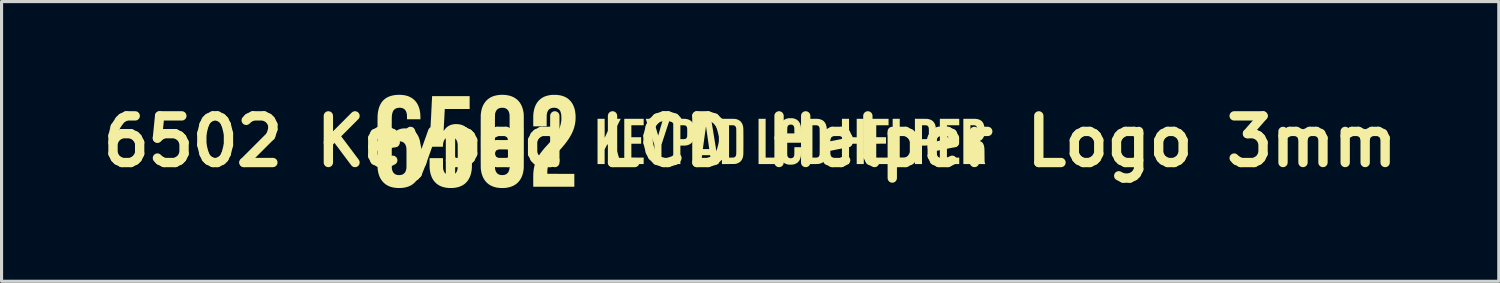
<source format=kicad_pcb>
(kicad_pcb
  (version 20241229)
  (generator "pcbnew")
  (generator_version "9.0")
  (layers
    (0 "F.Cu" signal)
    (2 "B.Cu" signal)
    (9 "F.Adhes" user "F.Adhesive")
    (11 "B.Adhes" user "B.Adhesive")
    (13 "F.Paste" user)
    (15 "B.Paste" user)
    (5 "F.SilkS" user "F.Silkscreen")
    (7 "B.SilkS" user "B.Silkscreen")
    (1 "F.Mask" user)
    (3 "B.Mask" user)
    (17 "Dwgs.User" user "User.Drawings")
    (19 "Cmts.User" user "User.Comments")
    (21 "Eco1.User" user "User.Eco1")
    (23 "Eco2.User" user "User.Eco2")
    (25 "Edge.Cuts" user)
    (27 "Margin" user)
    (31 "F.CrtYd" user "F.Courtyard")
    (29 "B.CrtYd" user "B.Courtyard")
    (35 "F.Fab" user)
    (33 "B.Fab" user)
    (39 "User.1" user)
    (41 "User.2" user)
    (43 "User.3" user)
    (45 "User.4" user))
  (footprint "6502 Keypad LCD Helper Logo 3mm"
    (layer "F.Cu")
    (at 21.086 1.5)
    (property "Reference" "6502 Keypad LCD Helper Logo 3mm" (at 0 0 0) (layer "F.SilkS") (effects (font (size 1.5 1.5) (thickness 0.3))))
    (attr board_only exclude_from_pos_files exclude_from_bom)
    (fp_poly (pts (xy 0.497 -0.104) (xy 0.497 0.52) (xy 0.686 0.521) (xy 0.874 0.522) (xy 0.875 0.625) (xy 0.876 0.728) (xy 0.572 0.728) (xy 0.269 0.728) (xy 0.269 0) (xy 0.269 -0.728) (xy 0.383 -0.728) (xy 0.497 -0.728)) (stroke (width 0) (type solid)) (fill yes) (layer "F.SilkS"))
    (fp_poly (pts (xy 4.812 -0.104) (xy 4.812 0.52) (xy 5 0.52) (xy 5.188 0.52) (xy 5.188 0.624) (xy 5.188 0.728) (xy 4.886 0.728) (xy 4.584 0.728) (xy 4.584 0) (xy 4.584 -0.728) (xy 4.698 -0.728) (xy 4.812 -0.728)) (stroke (width 0) (type solid)) (fill yes) (layer "F.SilkS"))
    (fp_poly (pts (xy -3.427 -0.624) (xy -3.427 -0.52) (xy -3.625 -0.52) (xy -3.823 -0.52) (xy -3.823 -0.327) (xy -3.823 -0.135) (xy -3.665 -0.135) (xy -3.508 -0.135) (xy -3.508 -0.03) (xy -3.508 0.074) (xy -3.665 0.074) (xy -3.823 0.074) (xy -3.823 0.297) (xy -3.823 0.52) (xy -3.625 0.52) (xy -3.427 0.52) (xy -3.427 0.624) (xy -3.427 0.728) (xy -3.739 0.728) (xy -4.051 0.728) (xy -4.051 0) (xy -4.051 -0.728) (xy -3.739 -0.728) (xy -3.427 -0.728)) (stroke (width 0) (type solid)) (fill yes) (layer "F.SilkS"))
    (fp_poly (pts (xy 3.181 -0.432) (xy 3.182 -0.136) (xy 3.304 -0.135) (xy 3.427 -0.134) (xy 3.427 -0.431) (xy 3.427 -0.728) (xy 3.541 -0.728) (xy 3.655 -0.728) (xy 3.655 0) (xy 3.655 0.728) (xy 3.541 0.728) (xy 3.427 0.728) (xy 3.427 0.401) (xy 3.427 0.074) (xy 3.303 0.074) (xy 3.18 0.074) (xy 3.18 0.401) (xy 3.18 0.728) (xy 3.066 0.728) (xy 2.952 0.728) (xy 2.952 0) (xy 2.952 -0.728) (xy 3.066 -0.728) (xy 3.18 -0.728)) (stroke (width 0) (type solid)) (fill yes) (layer "F.SilkS"))
    (fp_poly (pts (xy 4.452 -0.624) (xy 4.452 -0.52) (xy 4.254 -0.52) (xy 4.056 -0.52) (xy 4.056 -0.327) (xy 4.056 -0.135) (xy 4.213 -0.135) (xy 4.371 -0.135) (xy 4.37 -0.031) (xy 4.37 0.072) (xy 4.213 0.073) (xy 4.056 0.074) (xy 4.056 0.297) (xy 4.056 0.52) (xy 4.254 0.52) (xy 4.452 0.52) (xy 4.452 0.624) (xy 4.452 0.728) (xy 4.14 0.728) (xy 3.828 0.728) (xy 3.828 0) (xy 3.828 -0.728) (xy 4.14 -0.728) (xy 4.452 -0.728)) (stroke (width 0) (type solid)) (fill yes) (layer "F.SilkS"))
    (fp_poly (pts (xy 6.726 -0.624) (xy 6.726 -0.52) (xy 6.528 -0.52) (xy 6.33 -0.52) (xy 6.331 -0.328) (xy 6.332 -0.136) (xy 6.488 -0.135) (xy 6.645 -0.134) (xy 6.645 -0.03) (xy 6.645 0.074) (xy 6.488 0.074) (xy 6.33 0.074) (xy 6.33 0.297) (xy 6.33 0.52) (xy 6.528 0.52) (xy 6.726 0.52) (xy 6.726 0.624) (xy 6.726 0.728) (xy 6.414 0.728) (xy 6.102 0.728) (xy 6.102 0) (xy 6.102 -0.728) (xy 6.414 -0.728) (xy 6.726 -0.728)) (stroke (width 0) (type solid)) (fill yes) (layer "F.SilkS"))
    (fp_poly (pts (xy -2.718 -0.312) (xy -2.855 0.105) (xy -2.855 0.417) (xy -2.856 0.728) (xy -2.97 0.728) (xy -3.084 0.728) (xy -3.084 0.419) (xy -3.084 0.11) (xy -3.222 -0.308) (xy -3.237 -0.353) (xy -3.251 -0.396) (xy -3.265 -0.438) (xy -3.278 -0.477) (xy -3.291 -0.515) (xy -3.302 -0.551) (xy -3.313 -0.584) (xy -3.323 -0.614) (xy -3.332 -0.641) (xy -3.34 -0.665) (xy -3.347 -0.686) (xy -3.352 -0.702) (xy -3.357 -0.715) (xy -3.359 -0.723) (xy -3.361 -0.727) (xy -3.361 -0.728) (xy -3.358 -0.728) (xy -3.351 -0.728) (xy -3.34 -0.728) (xy -3.325 -0.728) (xy -3.307 -0.728) (xy -3.287 -0.728) (xy -3.264 -0.728) (xy -3.24 -0.728) (xy -3.239 -0.728) (xy -3.118 -0.728) (xy -3.041 -0.463) (xy -3.031 -0.428) (xy -3.021 -0.393) (xy -3.011 -0.361) (xy -3.002 -0.33) (xy -2.994 -0.302) (xy -2.986 -0.276) (xy -2.98 -0.254) (xy -2.974 -0.234) (xy -2.969 -0.218) (xy -2.965 -0.206) (xy -2.963 -0.198) (xy -2.962 -0.195) (xy -2.962 -0.195) (xy -2.959 -0.193) (xy -2.959 -0.193) (xy -2.958 -0.196) (xy -2.956 -0.203) (xy -2.952 -0.214) (xy -2.948 -0.229) (xy -2.942 -0.248) (xy -2.936 -0.27) (xy -2.928 -0.295) (xy -2.92 -0.323) (xy -2.911 -0.353) (xy -2.902 -0.386) (xy -2.892 -0.42) (xy -2.882 -0.455) (xy -2.881 -0.457) (xy -2.871 -0.492) (xy -2.861 -0.526) (xy -2.851 -0.559) (xy -2.842 -0.589) (xy -2.834 -0.618) (xy -2.827 -0.643) (xy -2.82 -0.666) (xy -2.814 -0.685) (xy -2.81 -0.701) (xy -2.806 -0.713) (xy -2.804 -0.721) (xy -2.803 -0.724) (xy -2.803 -0.724) (xy -2.803 -0.725) (xy -2.801 -0.726) (xy -2.799 -0.727) (xy -2.794 -0.727) (xy -2.788 -0.728) (xy -2.779 -0.728) (xy -2.767 -0.728) (xy -2.752 -0.728) (xy -2.732 -0.728) (xy -2.709 -0.728) (xy -2.691 -0.728) (xy -2.58 -0.728)) (stroke (width 0) (type solid)) (fill yes) (layer "F.SilkS"))
    (fp_poly (pts (xy -4.682 -0.423) (xy -4.682 -0.118) (xy -4.537 -0.423) (xy -4.392 -0.728) (xy -4.279 -0.728) (xy -4.255 -0.728) (xy -4.234 -0.728) (xy -4.214 -0.728) (xy -4.197 -0.728) (xy -4.183 -0.728) (xy -4.173 -0.728) (xy -4.167 -0.728) (xy -4.165 -0.727) (xy -4.166 -0.725) (xy -4.17 -0.718) (xy -4.175 -0.708) (xy -4.182 -0.694) (xy -4.191 -0.676) (xy -4.202 -0.655) (xy -4.214 -0.632) (xy -4.227 -0.605) (xy -4.241 -0.577) (xy -4.257 -0.547) (xy -4.273 -0.514) (xy -4.29 -0.481) (xy -4.301 -0.46) (xy -4.437 -0.194) (xy -4.3 0.263) (xy -4.286 0.31) (xy -4.272 0.355) (xy -4.259 0.399) (xy -4.246 0.442) (xy -4.234 0.482) (xy -4.222 0.52) (xy -4.212 0.555) (xy -4.202 0.588) (xy -4.193 0.618) (xy -4.185 0.645) (xy -4.178 0.668) (xy -4.172 0.688) (xy -4.167 0.703) (xy -4.164 0.715) (xy -4.162 0.722) (xy -4.161 0.724) (xy -4.161 0.725) (xy -4.162 0.726) (xy -4.164 0.727) (xy -4.167 0.727) (xy -4.173 0.728) (xy -4.181 0.728) (xy -4.192 0.728) (xy -4.207 0.728) (xy -4.225 0.728) (xy -4.247 0.728) (xy -4.274 0.728) (xy -4.279 0.728) (xy -4.399 0.728) (xy -4.402 0.716) (xy -4.423 0.647) (xy -4.442 0.581) (xy -4.46 0.521) (xy -4.477 0.465) (xy -4.492 0.413) (xy -4.506 0.366) (xy -4.519 0.323) (xy -4.531 0.284) (xy -4.541 0.248) (xy -4.551 0.217) (xy -4.559 0.189) (xy -4.566 0.165) (xy -4.573 0.144) (xy -4.578 0.126) (xy -4.582 0.112) (xy -4.586 0.101) (xy -4.589 0.092) (xy -4.59 0.087) (xy -4.591 0.084) (xy -4.592 0.083) (xy -4.593 0.085) (xy -4.596 0.091) (xy -4.602 0.1) (xy -4.608 0.113) (xy -4.616 0.128) (xy -4.625 0.146) (xy -4.635 0.165) (xy -4.638 0.171) (xy -4.683 0.262) (xy -4.683 0.495) (xy -4.683 0.728) (xy -4.797 0.728) (xy -4.911 0.728) (xy -4.911 0) (xy -4.911 -0.728) (xy -4.797 -0.728) (xy -4.683 -0.728)) (stroke (width 0) (type solid)) (fill yes) (layer "F.SilkS"))
    (fp_poly (pts (xy 5.5 -0.728) (xy 5.537 -0.728) (xy 5.57 -0.727) (xy 5.598 -0.727) (xy 5.622 -0.727) (xy 5.643 -0.727) (xy 5.66 -0.726) (xy 5.674 -0.726) (xy 5.686 -0.726) (xy 5.696 -0.725) (xy 5.704 -0.725) (xy 5.71 -0.724) (xy 5.716 -0.723) (xy 5.72 -0.723) (xy 5.721 -0.722) (xy 5.762 -0.713) (xy 5.799 -0.7) (xy 5.832 -0.684) (xy 5.861 -0.665) (xy 5.887 -0.642) (xy 5.909 -0.616) (xy 5.928 -0.587) (xy 5.936 -0.572) (xy 5.95 -0.54) (xy 5.961 -0.505) (xy 5.969 -0.466) (xy 5.975 -0.424) (xy 5.975 -0.42) (xy 5.976 -0.408) (xy 5.976 -0.392) (xy 5.977 -0.372) (xy 5.977 -0.35) (xy 5.977 -0.326) (xy 5.977 -0.301) (xy 5.977 -0.276) (xy 5.977 -0.251) (xy 5.977 -0.228) (xy 5.976 -0.208) (xy 5.976 -0.19) (xy 5.975 -0.177) (xy 5.975 -0.174) (xy 5.969 -0.128) (xy 5.96 -0.085) (xy 5.947 -0.047) (xy 5.931 -0.012) (xy 5.912 0.019) (xy 5.889 0.047) (xy 5.862 0.07) (xy 5.832 0.09) (xy 5.799 0.106) (xy 5.793 0.109) (xy 5.773 0.116) (xy 5.754 0.121) (xy 5.734 0.126) (xy 5.713 0.129) (xy 5.689 0.132) (xy 5.663 0.133) (xy 5.633 0.134) (xy 5.601 0.134) (xy 5.528 0.135) (xy 5.528 0.431) (xy 5.528 0.728) (xy 5.414 0.728) (xy 5.3 0.728) (xy 5.3 -0.000127) (xy 5.3 -0.297) (xy 5.528 -0.297) (xy 5.528 -0.074) (xy 5.593 -0.074) (xy 5.615 -0.074) (xy 5.632 -0.074) (xy 5.646 -0.074) (xy 5.657 -0.075) (xy 5.665 -0.076) (xy 5.672 -0.077) (xy 5.674 -0.078) (xy 5.695 -0.085) (xy 5.712 -0.096) (xy 5.726 -0.111) (xy 5.736 -0.13) (xy 5.743 -0.152) (xy 5.744 -0.159) (xy 5.745 -0.17) (xy 5.746 -0.185) (xy 5.747 -0.203) (xy 5.748 -0.224) (xy 5.748 -0.246) (xy 5.748 -0.27) (xy 5.749 -0.294) (xy 5.749 -0.317) (xy 5.749 -0.34) (xy 5.749 -0.362) (xy 5.748 -0.381) (xy 5.748 -0.397) (xy 5.747 -0.41) (xy 5.747 -0.416) (xy 5.743 -0.441) (xy 5.737 -0.462) (xy 5.729 -0.478) (xy 5.718 -0.492) (xy 5.705 -0.503) (xy 5.697 -0.507) (xy 5.689 -0.511) (xy 5.682 -0.514) (xy 5.674 -0.516) (xy 5.665 -0.518) (xy 5.654 -0.519) (xy 5.641 -0.52) (xy 5.624 -0.52) (xy 5.604 -0.52) (xy 5.594 -0.52) (xy 5.528 -0.52) (xy 5.528 -0.297) (xy 5.3 -0.297) (xy 5.3 -0.729)) (stroke (width 0) (type solid)) (fill yes) (layer "F.SilkS"))
    (fp_poly (pts (xy -2.25 -0.728) (xy -2.216 -0.728) (xy -2.187 -0.728) (xy -2.161 -0.728) (xy -2.139 -0.728) (xy -2.12 -0.727) (xy -2.103 -0.727) (xy -2.089 -0.726) (xy -2.077 -0.725) (xy -2.066 -0.724) (xy -2.056 -0.722) (xy -2.046 -0.721) (xy -2.037 -0.719) (xy -2.027 -0.717) (xy -2.02 -0.715) (xy -1.983 -0.703) (xy -1.949 -0.688) (xy -1.918 -0.669) (xy -1.891 -0.646) (xy -1.867 -0.619) (xy -1.847 -0.589) (xy -1.83 -0.555) (xy -1.816 -0.517) (xy -1.806 -0.475) (xy -1.803 -0.458) (xy -1.802 -0.451) (xy -1.801 -0.444) (xy -1.8 -0.436) (xy -1.8 -0.427) (xy -1.799 -0.417) (xy -1.799 -0.403) (xy -1.799 -0.388) (xy -1.798 -0.369) (xy -1.798 -0.346) (xy -1.798 -0.319) (xy -1.798 -0.297) (xy -1.798 -0.267) (xy -1.798 -0.241) (xy -1.799 -0.219) (xy -1.799 -0.201) (xy -1.799 -0.187) (xy -1.799 -0.174) (xy -1.8 -0.164) (xy -1.8 -0.155) (xy -1.801 -0.148) (xy -1.802 -0.141) (xy -1.803 -0.136) (xy -1.811 -0.099) (xy -1.82 -0.064) (xy -1.826 -0.047) (xy -1.842 -0.014) (xy -1.861 0.017) (xy -1.884 0.045) (xy -1.911 0.069) (xy -1.941 0.089) (xy -1.974 0.106) (xy -1.999 0.115) (xy -2.016 0.12) (xy -2.034 0.125) (xy -2.051 0.128) (xy -2.07 0.131) (xy -2.091 0.132) (xy -2.115 0.134) (xy -2.142 0.134) (xy -2.174 0.135) (xy -2.175 0.135) (xy -2.246 0.135) (xy -2.246 0.431) (xy -2.246 0.728) (xy -2.361 0.728) (xy -2.475 0.728) (xy -2.475 0) (xy -2.475 -0.297) (xy -2.246 -0.297) (xy -2.246 -0.074) (xy -2.18 -0.074) (xy -2.156 -0.074) (xy -2.137 -0.074) (xy -2.122 -0.075) (xy -2.11 -0.075) (xy -2.103 -0.077) (xy -2.1 -0.077) (xy -2.08 -0.084) (xy -2.064 -0.094) (xy -2.051 -0.107) (xy -2.04 -0.124) (xy -2.032 -0.146) (xy -2.031 -0.148) (xy -2.03 -0.153) (xy -2.03 -0.157) (xy -2.029 -0.163) (xy -2.028 -0.171) (xy -2.028 -0.181) (xy -2.027 -0.193) (xy -2.027 -0.209) (xy -2.027 -0.228) (xy -2.026 -0.251) (xy -2.026 -0.278) (xy -2.026 -0.284) (xy -2.026 -0.316) (xy -2.026 -0.342) (xy -2.026 -0.365) (xy -2.026 -0.384) (xy -2.027 -0.4) (xy -2.027 -0.413) (xy -2.028 -0.424) (xy -2.03 -0.434) (xy -2.031 -0.442) (xy -2.033 -0.45) (xy -2.035 -0.457) (xy -2.036 -0.459) (xy -2.045 -0.478) (xy -2.058 -0.494) (xy -2.075 -0.506) (xy -2.093 -0.515) (xy -2.097 -0.516) (xy -2.104 -0.517) (xy -2.111 -0.518) (xy -2.122 -0.518) (xy -2.135 -0.519) (xy -2.153 -0.519) (xy -2.174 -0.52) (xy -2.176 -0.52) (xy -2.246 -0.521) (xy -2.246 -0.297) (xy -2.475 -0.297) (xy -2.475 -0.728) (xy -2.288 -0.728)) (stroke (width 0) (type solid)) (fill yes) (layer "F.SilkS"))
    (fp_poly (pts (xy -0.702 -0.728) (xy -0.664 -0.728) (xy -0.631 -0.727) (xy -0.601 -0.727) (xy -0.576 -0.727) (xy -0.554 -0.727) (xy -0.535 -0.726) (xy -0.519 -0.726) (xy -0.506 -0.725) (xy -0.494 -0.724) (xy -0.484 -0.724) (xy -0.475 -0.722) (xy -0.467 -0.721) (xy -0.459 -0.72) (xy -0.451 -0.718) (xy -0.443 -0.716) (xy -0.435 -0.713) (xy -0.43 -0.712) (xy -0.395 -0.699) (xy -0.362 -0.683) (xy -0.332 -0.662) (xy -0.305 -0.638) (xy -0.282 -0.61) (xy -0.263 -0.578) (xy -0.247 -0.544) (xy -0.235 -0.506) (xy -0.235 -0.506) (xy -0.233 -0.498) (xy -0.231 -0.49) (xy -0.229 -0.482) (xy -0.228 -0.474) (xy -0.226 -0.466) (xy -0.225 -0.457) (xy -0.224 -0.447) (xy -0.223 -0.437) (xy -0.222 -0.424) (xy -0.221 -0.41) (xy -0.221 -0.395) (xy -0.22 -0.377) (xy -0.22 -0.357) (xy -0.219 -0.334) (xy -0.219 -0.308) (xy -0.219 -0.279) (xy -0.219 -0.246) (xy -0.218 -0.21) (xy -0.218 -0.17) (xy -0.218 -0.126) (xy -0.218 -0.077) (xy -0.218 -0.024) (xy -0.218 0) (xy -0.218 0.055) (xy -0.218 0.106) (xy -0.218 0.152) (xy -0.218 0.194) (xy -0.219 0.232) (xy -0.219 0.266) (xy -0.219 0.296) (xy -0.219 0.323) (xy -0.219 0.347) (xy -0.22 0.369) (xy -0.22 0.388) (xy -0.221 0.404) (xy -0.222 0.419) (xy -0.222 0.432) (xy -0.223 0.443) (xy -0.224 0.453) (xy -0.226 0.462) (xy -0.227 0.471) (xy -0.229 0.479) (xy -0.23 0.486) (xy -0.232 0.494) (xy -0.234 0.502) (xy -0.235 0.506) (xy -0.247 0.544) (xy -0.263 0.578) (xy -0.282 0.609) (xy -0.305 0.637) (xy -0.332 0.662) (xy -0.362 0.682) (xy -0.394 0.699) (xy -0.43 0.712) (xy -0.43 0.712) (xy -0.439 0.714) (xy -0.448 0.717) (xy -0.456 0.719) (xy -0.463 0.72) (xy -0.471 0.722) (xy -0.479 0.723) (xy -0.489 0.724) (xy -0.5 0.725) (xy -0.512 0.726) (xy -0.527 0.726) (xy -0.544 0.727) (xy -0.565 0.727) (xy -0.588 0.727) (xy -0.616 0.727) (xy -0.647 0.727) (xy -0.683 0.728) (xy -0.702 0.728) (xy -0.909 0.729) (xy -0.909 0) (xy -0.68 0) (xy -0.68 0.52) (xy -0.611 0.52) (xy -0.59 0.52) (xy -0.573 0.52) (xy -0.559 0.52) (xy -0.549 0.519) (xy -0.541 0.519) (xy -0.534 0.518) (xy -0.528 0.516) (xy -0.525 0.516) (xy -0.504 0.508) (xy -0.487 0.497) (xy -0.473 0.482) (xy -0.463 0.464) (xy -0.455 0.442) (xy -0.45 0.416) (xy -0.449 0.413) (xy -0.449 0.407) (xy -0.449 0.397) (xy -0.448 0.381) (xy -0.448 0.36) (xy -0.448 0.335) (xy -0.447 0.305) (xy -0.447 0.27) (xy -0.447 0.231) (xy -0.447 0.187) (xy -0.447 0.139) (xy -0.447 0.087) (xy -0.447 0.03) (xy -0.447 0) (xy -0.447 -0.059) (xy -0.447 -0.114) (xy -0.447 -0.164) (xy -0.447 -0.21) (xy -0.447 -0.251) (xy -0.447 -0.288) (xy -0.448 -0.321) (xy -0.448 -0.348) (xy -0.448 -0.371) (xy -0.448 -0.389) (xy -0.449 -0.403) (xy -0.449 -0.411) (xy -0.449 -0.413) (xy -0.454 -0.44) (xy -0.462 -0.462) (xy -0.472 -0.481) (xy -0.486 -0.496) (xy -0.503 -0.507) (xy -0.523 -0.515) (xy -0.525 -0.516) (xy -0.531 -0.517) (xy -0.537 -0.518) (xy -0.544 -0.519) (xy -0.553 -0.52) (xy -0.565 -0.52) (xy -0.58 -0.52) (xy -0.599 -0.52) (xy -0.611 -0.52) (xy -0.68 -0.52) (xy -0.68 0) (xy -0.909 0) (xy -0.909 -0.729)) (stroke (width 0) (type solid)) (fill yes) (layer "F.SilkS"))
    (fp_poly (pts (xy 2.006 -0.728) (xy 2.04 -0.728) (xy 2.07 -0.728) (xy 2.096 -0.728) (xy 2.119 -0.728) (xy 2.138 -0.727) (xy 2.155 -0.727) (xy 2.17 -0.726) (xy 2.183 -0.725) (xy 2.194 -0.724) (xy 2.204 -0.723) (xy 2.213 -0.721) (xy 2.222 -0.719) (xy 2.232 -0.717) (xy 2.241 -0.715) (xy 2.242 -0.715) (xy 2.279 -0.703) (xy 2.313 -0.688) (xy 2.344 -0.669) (xy 2.371 -0.646) (xy 2.394 -0.619) (xy 2.415 -0.589) (xy 2.432 -0.555) (xy 2.445 -0.517) (xy 2.456 -0.475) (xy 2.459 -0.458) (xy 2.459 -0.454) (xy 2.46 -0.45) (xy 2.46 -0.446) (xy 2.461 -0.44) (xy 2.461 -0.434) (xy 2.462 -0.427) (xy 2.462 -0.418) (xy 2.462 -0.407) (xy 2.462 -0.394) (xy 2.463 -0.38) (xy 2.463 -0.362) (xy 2.463 -0.343) (xy 2.463 -0.32) (xy 2.463 -0.294) (xy 2.463 -0.265) (xy 2.463 -0.232) (xy 2.463 -0.195) (xy 2.463 -0.154) (xy 2.463 -0.109) (xy 2.463 -0.059) (xy 2.463 -0.004) (xy 2.463 0) (xy 2.463 0.055) (xy 2.463 0.105) (xy 2.463 0.151) (xy 2.463 0.192) (xy 2.463 0.229) (xy 2.463 0.262) (xy 2.463 0.292) (xy 2.463 0.318) (xy 2.463 0.341) (xy 2.463 0.361) (xy 2.463 0.378) (xy 2.462 0.393) (xy 2.462 0.406) (xy 2.462 0.417) (xy 2.462 0.426) (xy 2.461 0.434) (xy 2.461 0.44) (xy 2.46 0.445) (xy 2.46 0.45) (xy 2.459 0.454) (xy 2.459 0.458) (xy 2.459 0.458) (xy 2.45 0.501) (xy 2.437 0.541) (xy 2.421 0.577) (xy 2.402 0.608) (xy 2.38 0.637) (xy 2.354 0.661) (xy 2.324 0.681) (xy 2.292 0.698) (xy 2.256 0.711) (xy 2.237 0.716) (xy 2.228 0.718) (xy 2.219 0.72) (xy 2.21 0.722) (xy 2.201 0.723) (xy 2.191 0.724) (xy 2.18 0.725) (xy 2.167 0.726) (xy 2.153 0.727) (xy 2.136 0.727) (xy 2.117 0.728) (xy 2.094 0.728) (xy 2.068 0.728) (xy 2.039 0.728) (xy 2.004 0.728) (xy 1.968 0.728) (xy 1.774 0.728) (xy 1.774 0) (xy 2.003 0) (xy 2.003 0.52) (xy 2.073 0.52) (xy 2.094 0.52) (xy 2.111 0.52) (xy 2.124 0.52) (xy 2.134 0.519) (xy 2.142 0.519) (xy 2.149 0.518) (xy 2.155 0.517) (xy 2.16 0.515) (xy 2.18 0.507) (xy 2.197 0.496) (xy 2.211 0.482) (xy 2.221 0.463) (xy 2.229 0.441) (xy 2.233 0.426) (xy 2.233 0.42) (xy 2.234 0.411) (xy 2.234 0.396) (xy 2.234 0.378) (xy 2.235 0.356) (xy 2.235 0.33) (xy 2.235 0.302) (xy 2.236 0.27) (xy 2.236 0.237) (xy 2.236 0.201) (xy 2.236 0.164) (xy 2.236 0.125) (xy 2.236 0.085) (xy 2.237 0.045) (xy 2.237 0.004) (xy 2.237 -0.037) (xy 2.236 -0.078) (xy 2.236 -0.118) (xy 2.236 -0.157) (xy 2.236 -0.195) (xy 2.236 -0.231) (xy 2.236 -0.265) (xy 2.235 -0.296) (xy 2.235 -0.325) (xy 2.235 -0.351) (xy 2.235 -0.374) (xy 2.234 -0.393) (xy 2.234 -0.408) (xy 2.233 -0.419) (xy 2.233 -0.425) (xy 2.233 -0.426) (xy 2.226 -0.45) (xy 2.218 -0.471) (xy 2.206 -0.487) (xy 2.192 -0.5) (xy 2.174 -0.51) (xy 2.16 -0.515) (xy 2.155 -0.517) (xy 2.149 -0.518) (xy 2.142 -0.519) (xy 2.134 -0.52) (xy 2.124 -0.52) (xy 2.111 -0.52) (xy 2.094 -0.52) (xy 2.073 -0.52) (xy 2.003 -0.52) (xy 2.003 0) (xy 1.774 0) (xy 1.774 -0.728) (xy 1.967 -0.728)) (stroke (width 0) (type solid)) (fill yes) (layer "F.SilkS"))
    (fp_poly (pts (xy 7.082 -0.728) (xy 7.115 -0.728) (xy 7.146 -0.728) (xy 7.174 -0.728) (xy 7.198 -0.728) (xy 7.22 -0.727) (xy 7.237 -0.727) (xy 7.25 -0.726) (xy 7.258 -0.726) (xy 7.259 -0.726) (xy 7.302 -0.72) (xy 7.341 -0.711) (xy 7.375 -0.698) (xy 7.407 -0.683) (xy 7.434 -0.665) (xy 7.458 -0.644) (xy 7.478 -0.619) (xy 7.496 -0.591) (xy 7.498 -0.587) (xy 7.506 -0.569) (xy 7.513 -0.551) (xy 7.519 -0.533) (xy 7.524 -0.511) (xy 7.529 -0.49) (xy 7.53 -0.482) (xy 7.531 -0.474) (xy 7.532 -0.465) (xy 7.533 -0.455) (xy 7.534 -0.443) (xy 7.534 -0.427) (xy 7.535 -0.409) (xy 7.535 -0.386) (xy 7.535 -0.372) (xy 7.536 -0.342) (xy 7.536 -0.315) (xy 7.535 -0.292) (xy 7.535 -0.272) (xy 7.534 -0.257) (xy 7.534 -0.25) (xy 7.528 -0.208) (xy 7.519 -0.17) (xy 7.507 -0.136) (xy 7.491 -0.105) (xy 7.472 -0.079) (xy 7.45 -0.056) (xy 7.424 -0.037) (xy 7.407 -0.027) (xy 7.398 -0.022) (xy 7.391 -0.018) (xy 7.387 -0.015) (xy 7.387 -0.014) (xy 7.389 -0.013) (xy 7.396 -0.009) (xy 7.404 -0.006) (xy 7.406 -0.005) (xy 7.431 0.007) (xy 7.453 0.022) (xy 7.472 0.04) (xy 7.489 0.062) (xy 7.503 0.087) (xy 7.514 0.116) (xy 7.524 0.149) (xy 7.531 0.187) (xy 7.532 0.197) (xy 7.533 0.204) (xy 7.534 0.211) (xy 7.535 0.219) (xy 7.535 0.229) (xy 7.536 0.241) (xy 7.536 0.255) (xy 7.537 0.272) (xy 7.537 0.291) (xy 7.537 0.315) (xy 7.538 0.342) (xy 7.538 0.373) (xy 7.538 0.408) (xy 7.539 0.433) (xy 7.539 0.472) (xy 7.539 0.509) (xy 7.54 0.542) (xy 7.54 0.571) (xy 7.541 0.597) (xy 7.541 0.618) (xy 7.542 0.635) (xy 7.543 0.648) (xy 7.543 0.656) (xy 7.543 0.657) (xy 7.547 0.679) (xy 7.553 0.699) (xy 7.559 0.717) (xy 7.559 0.718) (xy 7.564 0.728) (xy 7.447 0.728) (xy 7.331 0.728) (xy 7.326 0.711) (xy 7.323 0.702) (xy 7.321 0.693) (xy 7.319 0.683) (xy 7.317 0.673) (xy 7.315 0.661) (xy 7.314 0.649) (xy 7.313 0.634) (xy 7.312 0.617) (xy 7.312 0.598) (xy 7.311 0.576) (xy 7.311 0.55) (xy 7.31 0.521) (xy 7.31 0.488) (xy 7.31 0.45) (xy 7.31 0.428) (xy 7.31 0.395) (xy 7.31 0.365) (xy 7.31 0.336) (xy 7.309 0.31) (xy 7.309 0.287) (xy 7.309 0.268) (xy 7.308 0.252) (xy 7.308 0.24) (xy 7.307 0.233) (xy 7.307 0.232) (xy 7.303 0.205) (xy 7.297 0.181) (xy 7.289 0.162) (xy 7.278 0.145) (xy 7.269 0.136) (xy 7.258 0.127) (xy 7.247 0.12) (xy 7.234 0.114) (xy 7.22 0.11) (xy 7.202 0.107) (xy 7.181 0.105) (xy 7.156 0.104) (xy 7.138 0.104) (xy 7.087 0.104) (xy 7.087 0.416) (xy 7.087 0.728) (xy 6.972 0.728) (xy 6.858 0.728) (xy 6.858 0) (xy 6.858 -0.312) (xy 7.087 -0.312) (xy 7.087 -0.104) (xy 7.138 -0.104) (xy 7.16 -0.104) (xy 7.179 -0.105) (xy 7.195 -0.106) (xy 7.206 -0.107) (xy 7.209 -0.108) (xy 7.233 -0.114) (xy 7.253 -0.124) (xy 7.271 -0.137) (xy 7.285 -0.155) (xy 7.296 -0.176) (xy 7.302 -0.193) (xy 7.303 -0.2) (xy 7.304 -0.212) (xy 7.305 -0.227) (xy 7.306 -0.245) (xy 7.307 -0.265) (xy 7.307 -0.287) (xy 7.307 -0.309) (xy 7.307 -0.332) (xy 7.307 -0.353) (xy 7.307 -0.374) (xy 7.306 -0.392) (xy 7.306 -0.407) (xy 7.304 -0.419) (xy 7.304 -0.424) (xy 7.298 -0.449) (xy 7.288 -0.471) (xy 7.276 -0.489) (xy 7.26 -0.503) (xy 7.242 -0.513) (xy 7.242 -0.513) (xy 7.238 -0.515) (xy 7.233 -0.516) (xy 7.228 -0.517) (xy 7.221 -0.518) (xy 7.213 -0.519) (xy 7.202 -0.519) (xy 7.187 -0.519) (xy 7.168 -0.52) (xy 7.157 -0.52) (xy 7.087 -0.521) (xy 7.087 -0.312) (xy 6.858 -0.312) (xy 6.858 -0.728) (xy 7.046 -0.728)) (stroke (width 0) (type solid)) (fill yes) (layer "F.SilkS"))
    (fp_poly (pts (xy -1.32 -0.728) (xy -1.299 -0.728) (xy -1.282 -0.728) (xy -1.27 -0.727) (xy -1.262 -0.727) (xy -1.257 -0.726) (xy -1.256 -0.726) (xy -1.256 -0.723) (xy -1.255 -0.716) (xy -1.253 -0.704) (xy -1.25 -0.688) (xy -1.247 -0.667) (xy -1.243 -0.643) (xy -1.239 -0.616) (xy -1.234 -0.585) (xy -1.228 -0.551) (xy -1.222 -0.514) (xy -1.216 -0.474) (xy -1.209 -0.433) (xy -1.202 -0.389) (xy -1.194 -0.343) (xy -1.187 -0.295) (xy -1.179 -0.247) (xy -1.171 -0.197) (xy -1.162 -0.146) (xy -1.154 -0.094) (xy -1.146 -0.042) (xy -1.137 0.01) (xy -1.129 0.062) (xy -1.12 0.114) (xy -1.112 0.165) (xy -1.104 0.216) (xy -1.096 0.265) (xy -1.088 0.313) (xy -1.08 0.36) (xy -1.073 0.405) (xy -1.066 0.448) (xy -1.059 0.488) (xy -1.053 0.527) (xy -1.047 0.562) (xy -1.042 0.595) (xy -1.037 0.624) (xy -1.033 0.65) (xy -1.029 0.672) (xy -1.026 0.691) (xy -1.024 0.705) (xy -1.023 0.715) (xy -1.022 0.72) (xy -1.022 0.72) (xy -1.02 0.728) (xy -1.134 0.728) (xy -1.158 0.728) (xy -1.18 0.728) (xy -1.2 0.728) (xy -1.217 0.728) (xy -1.231 0.728) (xy -1.241 0.728) (xy -1.247 0.728) (xy -1.249 0.728) (xy -1.249 0.725) (xy -1.25 0.718) (xy -1.252 0.707) (xy -1.254 0.692) (xy -1.256 0.675) (xy -1.259 0.656) (xy -1.262 0.635) (xy -1.265 0.612) (xy -1.268 0.59) (xy -1.272 0.567) (xy -1.275 0.545) (xy -1.278 0.524) (xy -1.281 0.504) (xy -1.283 0.487) (xy -1.285 0.473) (xy -1.287 0.462) (xy -1.288 0.455) (xy -1.288 0.452) (xy -1.29 0.444) (xy -1.42 0.444) (xy -1.55 0.444) (xy -1.552 0.45) (xy -1.552 0.453) (xy -1.553 0.462) (xy -1.555 0.474) (xy -1.558 0.489) (xy -1.56 0.508) (xy -1.564 0.53) (xy -1.567 0.553) (xy -1.571 0.578) (xy -1.573 0.592) (xy -1.592 0.728) (xy -1.699 0.728) (xy -1.805 0.728) (xy -1.803 0.721) (xy -1.803 0.718) (xy -1.801 0.711) (xy -1.799 0.698) (xy -1.797 0.681) (xy -1.793 0.66) (xy -1.789 0.635) (xy -1.784 0.606) (xy -1.779 0.574) (xy -1.773 0.538) (xy -1.767 0.498) (xy -1.76 0.456) (xy -1.753 0.411) (xy -1.745 0.364) (xy -1.737 0.314) (xy -1.728 0.262) (xy -1.725 0.242) (xy -1.523 0.242) (xy -1.523 0.243) (xy -1.522 0.244) (xy -1.519 0.245) (xy -1.515 0.245) (xy -1.509 0.245) (xy -1.5 0.246) (xy -1.488 0.246) (xy -1.472 0.246) (xy -1.452 0.246) (xy -1.428 0.246) (xy -1.42 0.246) (xy -1.398 0.246) (xy -1.377 0.246) (xy -1.359 0.246) (xy -1.343 0.246) (xy -1.331 0.246) (xy -1.322 0.245) (xy -1.318 0.245) (xy -1.317 0.245) (xy -1.318 0.242) (xy -1.319 0.234) (xy -1.32 0.222) (xy -1.323 0.206) (xy -1.325 0.187) (xy -1.329 0.164) (xy -1.332 0.138) (xy -1.336 0.11) (xy -1.34 0.079) (xy -1.345 0.046) (xy -1.35 0.012) (xy -1.355 -0.023) (xy -1.36 -0.059) (xy -1.365 -0.096) (xy -1.371 -0.132) (xy -1.376 -0.169) (xy -1.381 -0.205) (xy -1.386 -0.241) (xy -1.391 -0.275) (xy -1.396 -0.307) (xy -1.4 -0.338) (xy -1.404 -0.366) (xy -1.408 -0.392) (xy -1.411 -0.415) (xy -1.414 -0.435) (xy -1.417 -0.451) (xy -1.418 -0.463) (xy -1.42 -0.471) (xy -1.42 -0.474) (xy -1.42 -0.474) (xy -1.423 -0.474) (xy -1.423 -0.474) (xy -1.423 -0.471) (xy -1.424 -0.464) (xy -1.426 -0.453) (xy -1.428 -0.437) (xy -1.431 -0.418) (xy -1.434 -0.395) (xy -1.438 -0.37) (xy -1.442 -0.341) (xy -1.446 -0.311) (xy -1.451 -0.279) (xy -1.456 -0.245) (xy -1.461 -0.21) (xy -1.466 -0.174) (xy -1.471 -0.137) (xy -1.476 -0.1) (xy -1.481 -0.064) (xy -1.486 -0.028) (xy -1.491 0.008) (xy -1.496 0.042) (xy -1.5 0.074) (xy -1.504 0.105) (xy -1.508 0.134) (xy -1.512 0.159) (xy -1.515 0.182) (xy -1.518 0.202) (xy -1.52 0.218) (xy -1.522 0.231) (xy -1.523 0.238) (xy -1.523 0.242) (xy -1.725 0.242) (xy -1.719 0.208) (xy -1.71 0.152) (xy -1.701 0.094) (xy -1.691 0.035) (xy -1.685 -0.006) (xy -1.567 -0.727) (xy -1.412 -0.728) (xy -1.376 -0.728) (xy -1.346 -0.728)) (stroke (width 0) (type solid)) (fill yes) (layer "F.SilkS"))
    (fp_poly (pts (xy 1.323 -0.747) (xy 1.343 -0.747) (xy 1.36 -0.746) (xy 1.375 -0.744) (xy 1.389 -0.742) (xy 1.404 -0.738) (xy 1.42 -0.734) (xy 1.423 -0.733) (xy 1.459 -0.72) (xy 1.492 -0.703) (xy 1.521 -0.682) (xy 1.548 -0.658) (xy 1.571 -0.629) (xy 1.591 -0.597) (xy 1.607 -0.562) (xy 1.62 -0.523) (xy 1.627 -0.495) (xy 1.63 -0.478) (xy 1.632 -0.458) (xy 1.634 -0.436) (xy 1.635 -0.411) (xy 1.636 -0.382) (xy 1.637 -0.349) (xy 1.637 -0.317) (xy 1.637 -0.239) (xy 1.53 -0.239) (xy 1.422 -0.239) (xy 1.421 -0.339) (xy 1.42 -0.365) (xy 1.42 -0.386) (xy 1.42 -0.403) (xy 1.419 -0.417) (xy 1.419 -0.428) (xy 1.418 -0.437) (xy 1.418 -0.444) (xy 1.417 -0.45) (xy 1.415 -0.455) (xy 1.414 -0.46) (xy 1.406 -0.484) (xy 1.395 -0.503) (xy 1.381 -0.518) (xy 1.364 -0.53) (xy 1.344 -0.537) (xy 1.324 -0.54) (xy 1.296 -0.541) (xy 1.272 -0.538) (xy 1.251 -0.531) (xy 1.233 -0.52) (xy 1.218 -0.505) (xy 1.207 -0.486) (xy 1.205 -0.483) (xy 1.203 -0.479) (xy 1.202 -0.476) (xy 1.2 -0.472) (xy 1.199 -0.468) (xy 1.198 -0.464) (xy 1.197 -0.459) (xy 1.196 -0.453) (xy 1.195 -0.445) (xy 1.195 -0.437) (xy 1.194 -0.426) (xy 1.193 -0.414) (xy 1.193 -0.399) (xy 1.193 -0.382) (xy 1.192 -0.362) (xy 1.192 -0.34) (xy 1.192 -0.314) (xy 1.192 -0.285) (xy 1.192 -0.253) (xy 1.192 -0.216) (xy 1.192 -0.176) (xy 1.192 -0.131) (xy 1.192 -0.082) (xy 1.192 -0.029) (xy 1.192 0.001) (xy 1.192 0.057) (xy 1.192 0.108) (xy 1.192 0.154) (xy 1.192 0.195) (xy 1.192 0.233) (xy 1.192 0.267) (xy 1.192 0.297) (xy 1.192 0.323) (xy 1.192 0.346) (xy 1.192 0.366) (xy 1.192 0.384) (xy 1.193 0.399) (xy 1.193 0.412) (xy 1.193 0.422) (xy 1.193 0.431) (xy 1.194 0.438) (xy 1.194 0.444) (xy 1.195 0.448) (xy 1.195 0.452) (xy 1.195 0.455) (xy 1.196 0.457) (xy 1.196 0.458) (xy 1.204 0.482) (xy 1.215 0.501) (xy 1.229 0.517) (xy 1.246 0.529) (xy 1.267 0.537) (xy 1.288 0.54) (xy 1.314 0.541) (xy 1.338 0.538) (xy 1.359 0.531) (xy 1.377 0.522) (xy 1.382 0.517) (xy 1.393 0.506) (xy 1.401 0.494) (xy 1.408 0.48) (xy 1.411 0.473) (xy 1.413 0.465) (xy 1.415 0.457) (xy 1.417 0.448) (xy 1.418 0.437) (xy 1.419 0.423) (xy 1.42 0.408) (xy 1.421 0.389) (xy 1.421 0.367) (xy 1.421 0.34) (xy 1.421 0.31) (xy 1.421 0.298) (xy 1.421 0.185) (xy 1.529 0.185) (xy 1.637 0.185) (xy 1.637 0.29) (xy 1.637 0.327) (xy 1.637 0.359) (xy 1.636 0.387) (xy 1.635 0.411) (xy 1.634 0.432) (xy 1.633 0.451) (xy 1.631 0.468) (xy 1.629 0.483) (xy 1.627 0.495) (xy 1.616 0.537) (xy 1.602 0.575) (xy 1.585 0.609) (xy 1.564 0.639) (xy 1.539 0.666) (xy 1.512 0.69) (xy 1.48 0.709) (xy 1.445 0.725) (xy 1.407 0.737) (xy 1.383 0.743) (xy 1.374 0.744) (xy 1.361 0.745) (xy 1.345 0.746) (xy 1.327 0.747) (xy 1.309 0.748) (xy 1.29 0.748) (xy 1.274 0.748) (xy 1.259 0.748) (xy 1.249 0.747) (xy 1.246 0.747) (xy 1.204 0.74) (xy 1.165 0.729) (xy 1.13 0.715) (xy 1.098 0.697) (xy 1.069 0.675) (xy 1.044 0.65) (xy 1.022 0.621) (xy 1.007 0.594) (xy 0.992 0.563) (xy 0.981 0.53) (xy 0.972 0.495) (xy 0.967 0.457) (xy 0.965 0.433) (xy 0.964 0.425) (xy 0.964 0.413) (xy 0.964 0.397) (xy 0.963 0.376) (xy 0.963 0.352) (xy 0.963 0.325) (xy 0.963 0.294) (xy 0.963 0.261) (xy 0.962 0.226) (xy 0.962 0.188) (xy 0.962 0.149) (xy 0.962 0.109) (xy 0.962 0.068) (xy 0.962 0.026) (xy 0.962 -0.016) (xy 0.962 -0.058) (xy 0.962 -0.099) (xy 0.962 -0.14) (xy 0.962 -0.179) (xy 0.962 -0.217) (xy 0.963 -0.253) (xy 0.963 -0.287) (xy 0.963 -0.318) (xy 0.963 -0.346) (xy 0.963 -0.371) (xy 0.964 -0.392) (xy 0.964 -0.41) (xy 0.964 -0.423) (xy 0.964 -0.431) (xy 0.965 -0.433) (xy 0.969 -0.473) (xy 0.976 -0.51) (xy 0.985 -0.544) (xy 0.998 -0.576) (xy 1.007 -0.594) (xy 1.026 -0.626) (xy 1.048 -0.654) (xy 1.073 -0.679) (xy 1.102 -0.699) (xy 1.134 -0.717) (xy 1.169 -0.731) (xy 1.209 -0.741) (xy 1.217 -0.743) (xy 1.226 -0.745) (xy 1.236 -0.746) (xy 1.248 -0.747) (xy 1.262 -0.747) (xy 1.28 -0.747) (xy 1.3 -0.747)) (stroke (width 0) (type solid)) (fill yes) (layer "F.SilkS"))
    (fp_poly (pts (xy -6.273 -1.498) (xy -6.251 -1.498) (xy -6.23 -1.497) (xy -6.213 -1.496) (xy -6.201 -1.495) (xy -6.141 -1.487) (xy -6.085 -1.476) (xy -6.032 -1.461) (xy -5.983 -1.443) (xy -5.937 -1.421) (xy -5.893 -1.396) (xy -5.853 -1.368) (xy -5.847 -1.362) (xy -5.83 -1.348) (xy -5.812 -1.331) (xy -5.793 -1.311) (xy -5.776 -1.292) (xy -5.76 -1.273) (xy -5.751 -1.261) (xy -5.722 -1.217) (xy -5.697 -1.17) (xy -5.675 -1.12) (xy -5.656 -1.066) (xy -5.641 -1.009) (xy -5.63 -0.948) (xy -5.622 -0.883) (xy -5.62 -0.862) (xy -5.618 -0.841) (xy -5.618 -0.816) (xy -5.617 -0.79) (xy -5.617 -0.762) (xy -5.618 -0.734) (xy -5.619 -0.708) (xy -5.62 -0.684) (xy -5.621 -0.669) (xy -5.628 -0.607) (xy -5.639 -0.546) (xy -5.653 -0.486) (xy -5.669 -0.427) (xy -5.69 -0.369) (xy -5.714 -0.31) (xy -5.741 -0.251) (xy -5.772 -0.192) (xy -5.808 -0.132) (xy -5.847 -0.071) (xy -5.89 -0.009) (xy -5.938 0.055) (xy -5.99 0.12) (xy -6.011 0.145) (xy -6.03 0.168) (xy -6.05 0.191) (xy -6.069 0.213) (xy -6.089 0.236) (xy -6.111 0.26) (xy -6.135 0.286) (xy -6.161 0.315) (xy -6.175 0.33) (xy -6.218 0.377) (xy -6.257 0.42) (xy -6.292 0.461) (xy -6.325 0.499) (xy -6.353 0.535) (xy -6.379 0.569) (xy -6.403 0.601) (xy -6.423 0.632) (xy -6.442 0.662) (xy -6.458 0.692) (xy -6.472 0.72) (xy -6.484 0.748) (xy -6.494 0.777) (xy -6.503 0.805) (xy -6.509 0.826) (xy -6.515 0.854) (xy -6.52 0.881) (xy -6.524 0.909) (xy -6.526 0.939) (xy -6.527 0.973) (xy -6.527 0.982) (xy -6.527 1.042) (xy -6.092 1.043) (xy -5.658 1.043) (xy -5.658 1.25) (xy -5.658 1.457) (xy -6.319 1.457) (xy -6.98 1.457) (xy -6.98 1.263) (xy -6.98 1.231) (xy -6.98 1.199) (xy -6.98 1.169) (xy -6.98 1.14) (xy -6.979 1.114) (xy -6.979 1.09) (xy -6.979 1.069) (xy -6.978 1.051) (xy -6.978 1.038) (xy -6.978 1.03) (xy -6.971 0.956) (xy -6.962 0.887) (xy -6.949 0.82) (xy -6.934 0.756) (xy -6.915 0.694) (xy -6.892 0.634) (xy -6.866 0.575) (xy -6.835 0.516) (xy -6.8 0.458) (xy -6.761 0.398) (xy -6.728 0.353) (xy -6.706 0.325) (xy -6.684 0.297) (xy -6.661 0.269) (xy -6.637 0.24) (xy -6.611 0.209) (xy -6.583 0.177) (xy -6.551 0.143) (xy -6.526 0.116) (xy -6.473 0.058) (xy -6.424 0.002) (xy -6.379 -0.051) (xy -6.338 -0.101) (xy -6.3 -0.15) (xy -6.266 -0.197) (xy -6.235 -0.243) (xy -6.207 -0.287) (xy -6.182 -0.331) (xy -6.16 -0.374) (xy -6.141 -0.416) (xy -6.125 -0.458) (xy -6.111 -0.5) (xy -6.099 -0.543) (xy -6.09 -0.585) (xy -6.082 -0.629) (xy -6.077 -0.674) (xy -6.076 -0.683) (xy -6.075 -0.7) (xy -6.075 -0.72) (xy -6.074 -0.743) (xy -6.075 -0.767) (xy -6.075 -0.791) (xy -6.076 -0.815) (xy -6.077 -0.836) (xy -6.079 -0.854) (xy -6.08 -0.863) (xy -6.087 -0.899) (xy -6.095 -0.93) (xy -6.104 -0.958) (xy -6.116 -0.982) (xy -6.13 -1.004) (xy -6.143 -1.019) (xy -6.165 -1.039) (xy -6.189 -1.055) (xy -6.216 -1.068) (xy -6.247 -1.077) (xy -6.28 -1.082) (xy -6.295 -1.083) (xy -6.331 -1.083) (xy -6.366 -1.079) (xy -6.397 -1.071) (xy -6.426 -1.06) (xy -6.452 -1.045) (xy -6.464 -1.036) (xy -6.484 -1.017) (xy -6.501 -0.995) (xy -6.515 -0.97) (xy -6.527 -0.94) (xy -6.537 -0.907) (xy -6.542 -0.888) (xy -6.543 -0.883) (xy -6.543 -0.877) (xy -6.544 -0.872) (xy -6.545 -0.866) (xy -6.545 -0.858) (xy -6.546 -0.849) (xy -6.546 -0.838) (xy -6.547 -0.825) (xy -6.547 -0.809) (xy -6.547 -0.789) (xy -6.547 -0.767) (xy -6.547 -0.74) (xy -6.548 -0.709) (xy -6.548 -0.673) (xy -6.548 -0.673) (xy -6.549 -0.485) (xy -6.765 -0.485) (xy -6.98 -0.485) (xy -6.98 -0.657) (xy -6.98 -0.695) (xy -6.98 -0.729) (xy -6.98 -0.758) (xy -6.98 -0.784) (xy -6.979 -0.807) (xy -6.979 -0.827) (xy -6.978 -0.845) (xy -6.977 -0.861) (xy -6.976 -0.876) (xy -6.975 -0.89) (xy -6.973 -0.904) (xy -6.972 -0.918) (xy -6.97 -0.933) (xy -6.959 -0.994) (xy -6.945 -1.052) (xy -6.927 -1.107) (xy -6.906 -1.159) (xy -6.881 -1.207) (xy -6.852 -1.253) (xy -6.82 -1.294) (xy -6.784 -1.332) (xy -6.745 -1.366) (xy -6.706 -1.395) (xy -6.663 -1.42) (xy -6.617 -1.442) (xy -6.568 -1.46) (xy -6.515 -1.475) (xy -6.458 -1.487) (xy -6.398 -1.495) (xy -6.396 -1.495) (xy -6.383 -1.497) (xy -6.365 -1.497) (xy -6.344 -1.498) (xy -6.321 -1.498) (xy -6.297 -1.498)) (stroke (width 0) (type solid)) (fill yes) (layer "F.SilkS"))
    (fp_poly (pts (xy -9.026 -1.25) (xy -9.026 -1.043) (xy -9.425 -1.043) (xy -9.825 -1.043) (xy -9.827 -1.022) (xy -9.827 -1.017) (xy -9.828 -1.007) (xy -9.828 -0.993) (xy -9.829 -0.974) (xy -9.831 -0.952) (xy -9.832 -0.927) (xy -9.834 -0.898) (xy -9.835 -0.867) (xy -9.837 -0.833) (xy -9.839 -0.798) (xy -9.841 -0.76) (xy -9.843 -0.721) (xy -9.844 -0.693) (xy -9.847 -0.653) (xy -9.849 -0.615) (xy -9.851 -0.578) (xy -9.852 -0.543) (xy -9.854 -0.51) (xy -9.856 -0.48) (xy -9.857 -0.452) (xy -9.859 -0.428) (xy -9.86 -0.407) (xy -9.861 -0.39) (xy -9.862 -0.377) (xy -9.862 -0.368) (xy -9.862 -0.365) (xy -9.863 -0.355) (xy -9.863 -0.349) (xy -9.862 -0.346) (xy -9.86 -0.345) (xy -9.859 -0.345) (xy -9.855 -0.348) (xy -9.85 -0.354) (xy -9.842 -0.364) (xy -9.841 -0.366) (xy -9.812 -0.404) (xy -9.781 -0.438) (xy -9.747 -0.467) (xy -9.71 -0.493) (xy -9.67 -0.515) (xy -9.628 -0.532) (xy -9.583 -0.545) (xy -9.535 -0.553) (xy -9.486 -0.558) (xy -9.436 -0.557) (xy -9.384 -0.553) (xy -9.336 -0.546) (xy -9.291 -0.534) (xy -9.248 -0.519) (xy -9.209 -0.5) (xy -9.179 -0.481) (xy -9.144 -0.455) (xy -9.112 -0.425) (xy -9.083 -0.39) (xy -9.056 -0.352) (xy -9.033 -0.309) (xy -9.012 -0.263) (xy -8.994 -0.213) (xy -8.98 -0.16) (xy -8.968 -0.103) (xy -8.965 -0.082) (xy -8.963 -0.071) (xy -8.962 -0.06) (xy -8.961 -0.05) (xy -8.959 -0.04) (xy -8.958 -0.03) (xy -8.957 -0.02) (xy -8.956 -0.008) (xy -8.956 0.004) (xy -8.955 0.018) (xy -8.955 0.033) (xy -8.954 0.051) (xy -8.954 0.07) (xy -8.953 0.092) (xy -8.953 0.116) (xy -8.953 0.143) (xy -8.953 0.174) (xy -8.953 0.208) (xy -8.952 0.246) (xy -8.952 0.287) (xy -8.952 0.333) (xy -8.952 0.384) (xy -8.952 0.434) (xy -8.952 0.492) (xy -8.952 0.547) (xy -8.952 0.597) (xy -8.953 0.643) (xy -8.953 0.686) (xy -8.953 0.724) (xy -8.953 0.758) (xy -8.953 0.788) (xy -8.954 0.813) (xy -8.954 0.833) (xy -8.954 0.848) (xy -8.955 0.859) (xy -8.955 0.863) (xy -8.962 0.929) (xy -8.973 0.992) (xy -8.987 1.051) (xy -9.005 1.107) (xy -9.027 1.159) (xy -9.052 1.207) (xy -9.08 1.253) (xy -9.112 1.294) (xy -9.148 1.332) (xy -9.187 1.367) (xy -9.227 1.395) (xy -9.269 1.42) (xy -9.316 1.442) (xy -9.366 1.461) (xy -9.419 1.476) (xy -9.475 1.487) (xy -9.532 1.495) (xy -9.542 1.496) (xy -9.556 1.497) (xy -9.572 1.497) (xy -9.591 1.498) (xy -9.61 1.498) (xy -9.629 1.499) (xy -9.647 1.499) (xy -9.663 1.499) (xy -9.677 1.499) (xy -9.686 1.499) (xy -9.688 1.499) (xy -9.712 1.497) (xy -9.73 1.495) (xy -9.746 1.493) (xy -9.759 1.492) (xy -9.77 1.491) (xy -9.781 1.489) (xy -9.791 1.487) (xy -9.794 1.487) (xy -9.851 1.475) (xy -9.905 1.46) (xy -9.956 1.44) (xy -10.004 1.417) (xy -10.049 1.389) (xy -10.086 1.362) (xy -10.095 1.354) (xy -10.106 1.344) (xy -10.119 1.332) (xy -10.131 1.32) (xy -10.134 1.317) (xy -10.168 1.278) (xy -10.199 1.236) (xy -10.226 1.19) (xy -10.249 1.141) (xy -10.269 1.088) (xy -10.286 1.032) (xy -10.299 0.972) (xy -10.308 0.908) (xy -10.313 0.862) (xy -10.313 0.853) (xy -10.314 0.84) (xy -10.314 0.823) (xy -10.314 0.803) (xy -10.315 0.779) (xy -10.315 0.754) (xy -10.315 0.727) (xy -10.315 0.7) (xy -10.315 0.684) (xy -10.315 0.538) (xy -10.1 0.538) (xy -9.884 0.538) (xy -9.883 0.7) (xy -9.883 0.733) (xy -9.883 0.762) (xy -9.883 0.787) (xy -9.882 0.808) (xy -9.882 0.825) (xy -9.882 0.839) (xy -9.881 0.851) (xy -9.881 0.861) (xy -9.88 0.869) (xy -9.879 0.876) (xy -9.879 0.881) (xy -9.878 0.886) (xy -9.873 0.908) (xy -9.866 0.931) (xy -9.858 0.953) (xy -9.85 0.973) (xy -9.845 0.982) (xy -9.836 0.996) (xy -9.825 1.01) (xy -9.811 1.025) (xy -9.797 1.038) (xy -9.784 1.049) (xy -9.777 1.053) (xy -9.752 1.065) (xy -9.723 1.074) (xy -9.693 1.08) (xy -9.661 1.083) (xy -9.629 1.083) (xy -9.597 1.08) (xy -9.567 1.073) (xy -9.539 1.064) (xy -9.52 1.055) (xy -9.495 1.038) (xy -9.474 1.018) (xy -9.455 0.994) (xy -9.44 0.967) (xy -9.428 0.935) (xy -9.418 0.9) (xy -9.412 0.86) (xy -9.412 0.859) (xy -9.411 0.854) (xy -9.411 0.843) (xy -9.411 0.828) (xy -9.411 0.81) (xy -9.41 0.787) (xy -9.41 0.762) (xy -9.41 0.733) (xy -9.41 0.702) (xy -9.41 0.668) (xy -9.409 0.633) (xy -9.409 0.596) (xy -9.409 0.558) (xy -9.409 0.52) (xy -9.409 0.481) (xy -9.409 0.441) (xy -9.409 0.402) (xy -9.409 0.364) (xy -9.409 0.327) (xy -9.409 0.291) (xy -9.41 0.257) (xy -9.41 0.225) (xy -9.41 0.195) (xy -9.41 0.168) (xy -9.41 0.145) (xy -9.411 0.124) (xy -9.411 0.108) (xy -9.411 0.096) (xy -9.412 0.088) (xy -9.412 0.087) (xy -9.418 0.047) (xy -9.427 0.01) (xy -9.439 -0.022) (xy -9.454 -0.05) (xy -9.473 -0.075) (xy -9.495 -0.096) (xy -9.52 -0.112) (xy -9.548 -0.126) (xy -9.58 -0.135) (xy -9.584 -0.136) (xy -9.602 -0.139) (xy -9.623 -0.141) (xy -9.645 -0.141) (xy -9.668 -0.14) (xy -9.69 -0.139) (xy -9.709 -0.136) (xy -9.714 -0.135) (xy -9.745 -0.126) (xy -9.773 -0.112) (xy -9.798 -0.095) (xy -9.82 -0.075) (xy -9.838 -0.05) (xy -9.854 -0.021) (xy -9.866 0.011) (xy -9.875 0.048) (xy -9.881 0.088) (xy -9.883 0.126) (xy -9.885 0.17) (xy -10.1 0.17) (xy -10.315 0.17) (xy -10.315 0.16) (xy -10.315 0.157) (xy -10.315 0.149) (xy -10.314 0.136) (xy -10.313 0.119) (xy -10.312 0.097) (xy -10.311 0.072) (xy -10.31 0.042) (xy -10.308 0.009) (xy -10.306 -0.028) (xy -10.304 -0.068) (xy -10.302 -0.112) (xy -10.299 -0.158) (xy -10.297 -0.207) (xy -10.294 -0.258) (xy -10.292 -0.312) (xy -10.289 -0.368) (xy -10.286 -0.426) (xy -10.283 -0.485) (xy -10.28 -0.547) (xy -10.276 -0.609) (xy -10.275 -0.644) (xy -10.271 -0.707) (xy -10.268 -0.769) (xy -10.265 -0.829) (xy -10.262 -0.888) (xy -10.259 -0.945) (xy -10.257 -1) (xy -10.254 -1.053) (xy -10.251 -1.103) (xy -10.249 -1.151) (xy -10.247 -1.196) (xy -10.245 -1.238) (xy -10.243 -1.276) (xy -10.241 -1.311) (xy -10.239 -1.343) (xy -10.238 -1.371) (xy -10.237 -1.395) (xy -10.236 -1.414) (xy -10.235 -1.43) (xy -10.234 -1.44) (xy -10.234 -1.446) (xy -10.234 -1.447) (xy -10.234 -1.457) (xy -9.63 -1.457) (xy -9.026 -1.457)) (stroke (width 0) (type solid)) (fill yes) (layer "F.SilkS"))
    (fp_poly (pts (xy -7.943 -1.499) (xy -7.886 -1.496) (xy -7.83 -1.489) (xy -7.776 -1.479) (xy -7.725 -1.466) (xy -7.709 -1.462) (xy -7.656 -1.442) (xy -7.607 -1.419) (xy -7.561 -1.392) (xy -7.518 -1.361) (xy -7.479 -1.327) (xy -7.443 -1.289) (xy -7.411 -1.247) (xy -7.382 -1.201) (xy -7.356 -1.152) (xy -7.335 -1.099) (xy -7.316 -1.043) (xy -7.313 -1.029) (xy -7.306 -1) (xy -7.299 -0.968) (xy -7.293 -0.933) (xy -7.288 -0.897) (xy -7.288 -0.893) (xy -7.288 -0.89) (xy -7.287 -0.886) (xy -7.287 -0.881) (xy -7.287 -0.876) (xy -7.286 -0.871) (xy -7.286 -0.864) (xy -7.286 -0.857) (xy -7.285 -0.848) (xy -7.285 -0.838) (xy -7.285 -0.826) (xy -7.285 -0.813) (xy -7.285 -0.797) (xy -7.284 -0.78) (xy -7.284 -0.761) (xy -7.284 -0.739) (xy -7.284 -0.714) (xy -7.284 -0.687) (xy -7.284 -0.657) (xy -7.284 -0.624) (xy -7.284 -0.587) (xy -7.284 -0.548) (xy -7.284 -0.504) (xy -7.284 -0.457) (xy -7.283 -0.406) (xy -7.283 -0.351) (xy -7.283 -0.292) (xy -7.283 -0.229) (xy -7.283 -0.161) (xy -7.283 -0.088) (xy -7.283 -0.01) (xy -7.283 0) (xy -7.283 0.078) (xy -7.283 0.152) (xy -7.283 0.22) (xy -7.283 0.285) (xy -7.283 0.344) (xy -7.283 0.4) (xy -7.284 0.451) (xy -7.284 0.499) (xy -7.284 0.542) (xy -7.284 0.583) (xy -7.284 0.619) (xy -7.284 0.653) (xy -7.284 0.683) (xy -7.284 0.711) (xy -7.284 0.736) (xy -7.284 0.758) (xy -7.284 0.778) (xy -7.285 0.795) (xy -7.285 0.811) (xy -7.285 0.825) (xy -7.285 0.836) (xy -7.285 0.847) (xy -7.286 0.856) (xy -7.286 0.863) (xy -7.286 0.87) (xy -7.286 0.876) (xy -7.287 0.881) (xy -7.287 0.885) (xy -7.288 0.889) (xy -7.288 0.893) (xy -7.288 0.893) (xy -7.297 0.955) (xy -7.309 1.013) (xy -7.324 1.067) (xy -7.342 1.118) (xy -7.363 1.165) (xy -7.387 1.21) (xy -7.415 1.252) (xy -7.435 1.279) (xy -7.47 1.318) (xy -7.507 1.352) (xy -7.548 1.384) (xy -7.593 1.411) (xy -7.641 1.435) (xy -7.692 1.455) (xy -7.746 1.472) (xy -7.803 1.485) (xy -7.862 1.494) (xy -7.925 1.499) (xy -7.99 1.5) (xy -8.035 1.498) (xy -8.05 1.497) (xy -8.068 1.496) (xy -8.089 1.493) (xy -8.109 1.491) (xy -8.129 1.488) (xy -8.145 1.486) (xy -8.153 1.485) (xy -8.21 1.472) (xy -8.265 1.455) (xy -8.316 1.434) (xy -8.363 1.41) (xy -8.408 1.382) (xy -8.449 1.35) (xy -8.487 1.314) (xy -8.521 1.274) (xy -8.551 1.233) (xy -8.578 1.189) (xy -8.601 1.142) (xy -8.621 1.092) (xy -8.638 1.04) (xy -8.651 0.984) (xy -8.661 0.924) (xy -8.668 0.862) (xy -8.668 0.856) (xy -8.668 0.846) (xy -8.669 0.831) (xy -8.669 0.812) (xy -8.669 0.789) (xy -8.669 0.761) (xy -8.669 0.73) (xy -8.67 0.696) (xy -8.67 0.659) (xy -8.67 0.618) (xy -8.67 0.575) (xy -8.67 0.529) (xy -8.67 0.481) (xy -8.67 0.431) (xy -8.67 0.379) (xy -8.67 0.325) (xy -8.67 0.27) (xy -8.671 0.214) (xy -8.671 0.158) (xy -8.671 0.1) (xy -8.671 0.042) (xy -8.671 -0.016) (xy -8.671 -0.074) (xy -8.671 -0.131) (xy -8.671 -0.186) (xy -8.212 -0.186) (xy -8.212 -0.114) (xy -8.212 -0.038) (xy -8.212 0) (xy -8.212 0.079) (xy -8.212 0.153) (xy -8.212 0.222) (xy -8.212 0.286) (xy -8.212 0.346) (xy -8.212 0.402) (xy -8.212 0.454) (xy -8.212 0.502) (xy -8.212 0.546) (xy -8.212 0.587) (xy -8.212 0.624) (xy -8.212 0.658) (xy -8.212 0.689) (xy -8.212 0.717) (xy -8.212 0.742) (xy -8.211 0.764) (xy -8.211 0.784) (xy -8.211 0.802) (xy -8.211 0.818) (xy -8.21 0.832) (xy -8.21 0.844) (xy -8.209 0.854) (xy -8.209 0.864) (xy -8.208 0.871) (xy -8.208 0.878) (xy -8.207 0.884) (xy -8.207 0.889) (xy -8.206 0.893) (xy -8.205 0.897) (xy -8.204 0.901) (xy -8.203 0.905) (xy -8.202 0.908) (xy -8.201 0.912) (xy -8.201 0.914) (xy -8.19 0.948) (xy -8.176 0.978) (xy -8.159 1.005) (xy -8.138 1.028) (xy -8.115 1.047) (xy -8.088 1.062) (xy -8.059 1.073) (xy -8.056 1.074) (xy -8.032 1.079) (xy -8.005 1.082) (xy -7.976 1.083) (xy -7.947 1.082) (xy -7.921 1.079) (xy -7.908 1.076) (xy -7.887 1.07) (xy -7.865 1.061) (xy -7.845 1.05) (xy -7.827 1.039) (xy -7.823 1.035) (xy -7.801 1.014) (xy -7.783 0.989) (xy -7.768 0.96) (xy -7.756 0.927) (xy -7.747 0.891) (xy -7.742 0.851) (xy -7.741 0.846) (xy -7.741 0.836) (xy -7.741 0.822) (xy -7.741 0.803) (xy -7.741 0.781) (xy -7.74 0.754) (xy -7.74 0.724) (xy -7.74 0.69) (xy -7.74 0.653) (xy -7.74 0.613) (xy -7.74 0.57) (xy -7.74 0.525) (xy -7.74 0.478) (xy -7.739 0.428) (xy -7.739 0.377) (xy -7.739 0.324) (xy -7.739 0.27) (xy -7.739 0.214) (xy -7.739 0.158) (xy -7.739 0.101) (xy -7.739 0.044) (xy -7.739 -0.013) (xy -7.739 -0.071) (xy -7.739 -0.128) (xy -7.739 -0.185) (xy -7.739 -0.241) (xy -7.739 -0.295) (xy -7.739 -0.349) (xy -7.739 -0.401) (xy -7.74 -0.452) (xy -7.74 -0.5) (xy -7.74 -0.547) (xy -7.74 -0.591) (xy -7.74 -0.632) (xy -7.74 -0.671) (xy -7.74 -0.706) (xy -7.74 -0.738) (xy -7.74 -0.767) (xy -7.741 -0.792) (xy -7.741 -0.813) (xy -7.741 -0.829) (xy -7.741 -0.841) (xy -7.741 -0.849) (xy -7.742 -0.851) (xy -7.747 -0.889) (xy -7.755 -0.925) (xy -7.767 -0.957) (xy -7.781 -0.985) (xy -7.796 -1.008) (xy -7.815 -1.028) (xy -7.838 -1.046) (xy -7.864 -1.061) (xy -7.892 -1.072) (xy -7.909 -1.077) (xy -7.927 -1.08) (xy -7.948 -1.082) (xy -7.971 -1.083) (xy -7.994 -1.082) (xy -8.015 -1.081) (xy -8.034 -1.079) (xy -8.039 -1.078) (xy -8.071 -1.069) (xy -8.1 -1.056) (xy -8.126 -1.039) (xy -8.148 -1.018) (xy -8.168 -0.993) (xy -8.183 -0.965) (xy -8.196 -0.933) (xy -8.201 -0.914) (xy -8.202 -0.91) (xy -8.203 -0.906) (xy -8.204 -0.903) (xy -8.205 -0.899) (xy -8.206 -0.895) (xy -8.206 -0.891) (xy -8.207 -0.886) (xy -8.208 -0.881) (xy -8.208 -0.875) (xy -8.209 -0.867) (xy -8.209 -0.859) (xy -8.21 -0.849) (xy -8.21 -0.838) (xy -8.21 -0.825) (xy -8.211 -0.81) (xy -8.211 -0.793) (xy -8.211 -0.774) (xy -8.211 -0.753) (xy -8.212 -0.729) (xy -8.212 -0.702) (xy -8.212 -0.673) (xy -8.212 -0.64) (xy -8.212 -0.605) (xy -8.212 -0.566) (xy -8.212 -0.523) (xy -8.212 -0.477) (xy -8.212 -0.427) (xy -8.212 -0.373) (xy -8.212 -0.315) (xy -8.212 -0.253) (xy -8.212 -0.186) (xy -8.671 -0.186) (xy -8.671 -0.188) (xy -8.67 -0.245) (xy -8.67 -0.3) (xy -8.67 -0.354) (xy -8.67 -0.407) (xy -8.67 -0.458) (xy -8.67 -0.507) (xy -8.67 -0.554) (xy -8.67 -0.598) (xy -8.67 -0.64) (xy -8.67 -0.679) (xy -8.669 -0.715) (xy -8.669 -0.748) (xy -8.669 -0.777) (xy -8.669 -0.802) (xy -8.669 -0.823) (xy -8.669 -0.84) (xy -8.668 -0.852) (xy -8.668 -0.86) (xy -8.668 -0.862) (xy -8.661 -0.924) (xy -8.651 -0.983) (xy -8.638 -1.039) (xy -8.622 -1.091) (xy -8.602 -1.14) (xy -8.579 -1.186) (xy -8.553 -1.23) (xy -8.552 -1.232) (xy -8.52 -1.276) (xy -8.485 -1.316) (xy -8.447 -1.351) (xy -8.405 -1.383) (xy -8.36 -1.412) (xy -8.312 -1.436) (xy -8.268 -1.454) (xy -8.22 -1.469) (xy -8.168 -1.481) (xy -8.114 -1.49) (xy -8.058 -1.497) (xy -8 -1.499)) (stroke (width 0) (type solid)) (fill yes) (layer "F.SilkS"))
    (fp_poly (pts (xy -11.237 -1.498) (xy -11.177 -1.493) (xy -11.119 -1.485) (xy -11.064 -1.473) (xy -11.011 -1.457) (xy -10.997 -1.452) (xy -10.947 -1.43) (xy -10.901 -1.405) (xy -10.857 -1.376) (xy -10.817 -1.343) (xy -10.78 -1.306) (xy -10.747 -1.266) (xy -10.717 -1.222) (xy -10.691 -1.175) (xy -10.691 -1.174) (xy -10.672 -1.131) (xy -10.655 -1.087) (xy -10.641 -1.041) (xy -10.63 -0.992) (xy -10.621 -0.94) (xy -10.616 -0.906) (xy -10.614 -0.89) (xy -10.613 -0.868) (xy -10.612 -0.843) (xy -10.611 -0.814) (xy -10.61 -0.793) (xy -10.609 -0.713) (xy -10.825 -0.713) (xy -11.041 -0.713) (xy -11.042 -0.786) (xy -11.043 -0.814) (xy -11.043 -0.838) (xy -11.044 -0.857) (xy -11.046 -0.872) (xy -11.047 -0.882) (xy -11.056 -0.92) (xy -11.067 -0.953) (xy -11.081 -0.982) (xy -11.098 -1.008) (xy -11.118 -1.03) (xy -11.142 -1.048) (xy -11.169 -1.063) (xy -11.172 -1.064) (xy -11.2 -1.074) (xy -11.231 -1.08) (xy -11.264 -1.084) (xy -11.298 -1.083) (xy -11.331 -1.08) (xy -11.363 -1.073) (xy -11.392 -1.062) (xy -11.407 -1.056) (xy -11.43 -1.042) (xy -11.449 -1.026) (xy -11.467 -1.008) (xy -11.482 -0.986) (xy -11.495 -0.961) (xy -11.506 -0.933) (xy -11.515 -0.901) (xy -11.523 -0.864) (xy -11.529 -0.823) (xy -11.529 -0.821) (xy -11.529 -0.815) (xy -11.53 -0.803) (xy -11.53 -0.786) (xy -11.531 -0.765) (xy -11.531 -0.739) (xy -11.532 -0.708) (xy -11.532 -0.672) (xy -11.532 -0.632) (xy -11.532 -0.587) (xy -11.533 -0.538) (xy -11.533 -0.484) (xy -11.533 -0.483) (xy -11.533 -0.436) (xy -11.533 -0.395) (xy -11.533 -0.358) (xy -11.533 -0.325) (xy -11.533 -0.296) (xy -11.534 -0.271) (xy -11.533 -0.249) (xy -11.533 -0.231) (xy -11.533 -0.215) (xy -11.533 -0.203) (xy -11.533 -0.193) (xy -11.533 -0.185) (xy -11.532 -0.178) (xy -11.532 -0.174) (xy -11.532 -0.171) (xy -11.531 -0.169) (xy -11.531 -0.168) (xy -11.53 -0.168) (xy -11.529 -0.168) (xy -11.529 -0.168) (xy -11.526 -0.169) (xy -11.522 -0.173) (xy -11.517 -0.181) (xy -11.51 -0.193) (xy -11.509 -0.196) (xy -11.483 -0.237) (xy -11.455 -0.274) (xy -11.424 -0.307) (xy -11.391 -0.335) (xy -11.354 -0.36) (xy -11.315 -0.38) (xy -11.272 -0.396) (xy -11.227 -0.408) (xy -11.187 -0.415) (xy -11.167 -0.417) (xy -11.143 -0.419) (xy -11.117 -0.419) (xy -11.091 -0.419) (xy -11.065 -0.419) (xy -11.042 -0.417) (xy -11.025 -0.415) (xy -10.975 -0.406) (xy -10.929 -0.393) (xy -10.886 -0.376) (xy -10.846 -0.355) (xy -10.809 -0.33) (xy -10.775 -0.301) (xy -10.744 -0.268) (xy -10.716 -0.231) (xy -10.691 -0.189) (xy -10.668 -0.143) (xy -10.658 -0.12) (xy -10.644 -0.079) (xy -10.631 -0.034) (xy -10.621 0.015) (xy -10.612 0.068) (xy -10.605 0.125) (xy -10.604 0.138) (xy -10.604 0.147) (xy -10.603 0.16) (xy -10.603 0.178) (xy -10.602 0.199) (xy -10.602 0.224) (xy -10.602 0.252) (xy -10.601 0.283) (xy -10.601 0.316) (xy -10.601 0.351) (xy -10.601 0.387) (xy -10.601 0.425) (xy -10.601 0.464) (xy -10.601 0.502) (xy -10.601 0.541) (xy -10.601 0.58) (xy -10.601 0.617) (xy -10.601 0.654) (xy -10.601 0.689) (xy -10.601 0.722) (xy -10.602 0.753) (xy -10.602 0.781) (xy -10.602 0.806) (xy -10.603 0.828) (xy -10.603 0.846) (xy -10.604 0.859) (xy -10.604 0.868) (xy -10.604 0.869) (xy -10.612 0.931) (xy -10.622 0.989) (xy -10.635 1.043) (xy -10.651 1.094) (xy -10.67 1.141) (xy -10.692 1.186) (xy -10.716 1.227) (xy -10.748 1.271) (xy -10.782 1.311) (xy -10.82 1.347) (xy -10.861 1.379) (xy -10.904 1.408) (xy -10.951 1.432) (xy -11.002 1.453) (xy -11.056 1.47) (xy -11.113 1.483) (xy -11.173 1.493) (xy -11.183 1.494) (xy -11.196 1.495) (xy -11.212 1.496) (xy -11.23 1.497) (xy -11.25 1.498) (xy -11.271 1.498) (xy -11.292 1.499) (xy -11.311 1.499) (xy -11.328 1.499) (xy -11.342 1.499) (xy -11.35 1.499) (xy -11.398 1.494) (xy -11.442 1.489) (xy -11.482 1.482) (xy -11.52 1.474) (xy -11.555 1.464) (xy -11.589 1.453) (xy -11.622 1.44) (xy -11.643 1.43) (xy -11.681 1.41) (xy -11.715 1.39) (xy -11.746 1.367) (xy -11.777 1.341) (xy -11.791 1.328) (xy -11.826 1.291) (xy -11.857 1.252) (xy -11.884 1.211) (xy -11.909 1.166) (xy -11.93 1.119) (xy -11.948 1.068) (xy -11.963 1.013) (xy -11.975 0.955) (xy -11.984 0.892) (xy -11.985 0.888) (xy -11.985 0.885) (xy -11.986 0.881) (xy -11.986 0.876) (xy -11.986 0.87) (xy -11.987 0.864) (xy -11.987 0.857) (xy -11.987 0.848) (xy -11.987 0.838) (xy -11.988 0.826) (xy -11.988 0.813) (xy -11.988 0.797) (xy -11.988 0.78) (xy -11.988 0.76) (xy -11.989 0.738) (xy -11.989 0.713) (xy -11.989 0.685) (xy -11.989 0.654) (xy -11.989 0.621) (xy -11.989 0.584) (xy -11.989 0.543) (xy -11.989 0.524) (xy -11.532 0.524) (xy -11.532 0.541) (xy -11.532 0.588) (xy -11.532 0.631) (xy -11.532 0.67) (xy -11.532 0.704) (xy -11.532 0.735) (xy -11.532 0.761) (xy -11.532 0.785) (xy -11.531 0.805) (xy -11.531 0.823) (xy -11.531 0.839) (xy -11.53 0.852) (xy -11.529 0.863) (xy -11.528 0.873) (xy -11.527 0.882) (xy -11.526 0.89) (xy -11.525 0.897) (xy -11.523 0.904) (xy -11.521 0.91) (xy -11.519 0.917) (xy -11.517 0.925) (xy -11.505 0.958) (xy -11.49 0.988) (xy -11.472 1.013) (xy -11.45 1.035) (xy -11.426 1.052) (xy -11.398 1.066) (xy -11.367 1.075) (xy -11.351 1.079) (xy -11.341 1.08) (xy -11.333 1.082) (xy -11.328 1.083) (xy -11.328 1.083) (xy -11.322 1.083) (xy -11.313 1.083) (xy -11.3 1.083) (xy -11.286 1.083) (xy -11.272 1.082) (xy -11.258 1.081) (xy -11.245 1.08) (xy -11.236 1.078) (xy -11.233 1.078) (xy -11.201 1.069) (xy -11.172 1.056) (xy -11.147 1.04) (xy -11.125 1.021) (xy -11.106 0.997) (xy -11.09 0.97) (xy -11.078 0.939) (xy -11.068 0.904) (xy -11.062 0.874) (xy -11.062 0.869) (xy -11.061 0.864) (xy -11.06 0.858) (xy -11.06 0.852) (xy -11.06 0.844) (xy -11.059 0.834) (xy -11.059 0.823) (xy -11.059 0.81) (xy -11.058 0.795) (xy -11.058 0.777) (xy -11.058 0.756) (xy -11.058 0.731) (xy -11.058 0.703) (xy -11.058 0.671) (xy -11.058 0.636) (xy -11.058 0.595) (xy -11.058 0.55) (xy -11.058 0.543) (xy -11.058 0.496) (xy -11.058 0.453) (xy -11.058 0.416) (xy -11.058 0.382) (xy -11.058 0.352) (xy -11.058 0.325) (xy -11.058 0.302) (xy -11.059 0.282) (xy -11.059 0.265) (xy -11.06 0.25) (xy -11.06 0.237) (xy -11.061 0.225) (xy -11.062 0.215) (xy -11.063 0.207) (xy -11.064 0.199) (xy -11.065 0.192) (xy -11.066 0.185) (xy -11.068 0.178) (xy -11.07 0.17) (xy -11.07 0.167) (xy -11.081 0.133) (xy -11.094 0.103) (xy -11.111 0.076) (xy -11.132 0.053) (xy -11.133 0.052) (xy -11.154 0.034) (xy -11.177 0.02) (xy -11.202 0.01) (xy -11.23 0.002) (xy -11.261 -0.002) (xy -11.295 -0.003) (xy -11.329 -0.002) (xy -11.359 0.002) (xy -11.386 0.009) (xy -11.41 0.019) (xy -11.431 0.03) (xy -11.454 0.048) (xy -11.474 0.069) (xy -11.491 0.093) (xy -11.505 0.121) (xy -11.516 0.152) (xy -11.525 0.188) (xy -11.528 0.206) (xy -11.529 0.211) (xy -11.529 0.216) (xy -11.53 0.221) (xy -11.53 0.228) (xy -11.531 0.235) (xy -11.531 0.244) (xy -11.531 0.255) (xy -11.532 0.268) (xy -11.532 0.283) (xy -11.532 0.301) (xy -11.532 0.322) (xy -11.532 0.346) (xy -11.532 0.373) (xy -11.532 0.404) (xy -11.532 0.44) (xy -11.532 0.48) (xy -11.532 0.524) (xy -11.989 0.524) (xy -11.989 0.499) (xy -11.989 0.451) (xy -11.99 0.399) (xy -11.99 0.343) (xy -11.99 0.282) (xy -11.99 0.217) (xy -11.99 0.148) (xy -11.99 0.073) (xy -11.99 0.043) (xy -11.99 -0.036) (xy -11.99 -0.11) (xy -11.99 -0.179) (xy -11.99 -0.243) (xy -11.99 -0.304) (xy -11.99 -0.36) (xy -11.99 -0.412) (xy -11.99 -0.46) (xy -11.99 -0.504) (xy -11.99 -0.545) (xy -11.99 -0.583) (xy -11.99 -0.617) (xy -11.99 -0.649) (xy -11.99 -0.678) (xy -11.989 -0.704) (xy -11.989 -0.727) (xy -11.989 -0.749) (xy -11.989 -0.768) (xy -11.988 -0.785) (xy -11.988 -0.8) (xy -11.988 -0.814) (xy -11.987 -0.827) (xy -11.987 -0.838) (xy -11.986 -0.848) (xy -11.985 -0.858) (xy -11.985 -0.866) (xy -11.984 -0.874) (xy -11.983 -0.882) (xy -11.983 -0.89) (xy -11.982 -0.897) (xy -11.982 -0.899) (xy -11.972 -0.963) (xy -11.959 -1.024) (xy -11.943 -1.082) (xy -11.924 -1.135) (xy -11.901 -1.185) (xy -11.875 -1.232) (xy -11.846 -1.274) (xy -11.813 -1.313) (xy -11.777 -1.347) (xy -11.77 -1.353) (xy -11.73 -1.384) (xy -11.689 -1.41) (xy -11.644 -1.433) (xy -11.596 -1.452) (xy -11.545 -1.468) (xy -11.491 -1.481) (xy -11.433 -1.491) (xy -11.371 -1.497) (xy -11.362 -1.497) (xy -11.299 -1.5)) (stroke (width 0) (type solid)) (fill yes) (layer "F.SilkS")))
  (gr_rect
    (start -3 -3)
    (end 45.171 6)
    (stroke (width 0.1) (type default))
    (fill no)
    (layer "Edge.Cuts")))
</source>
